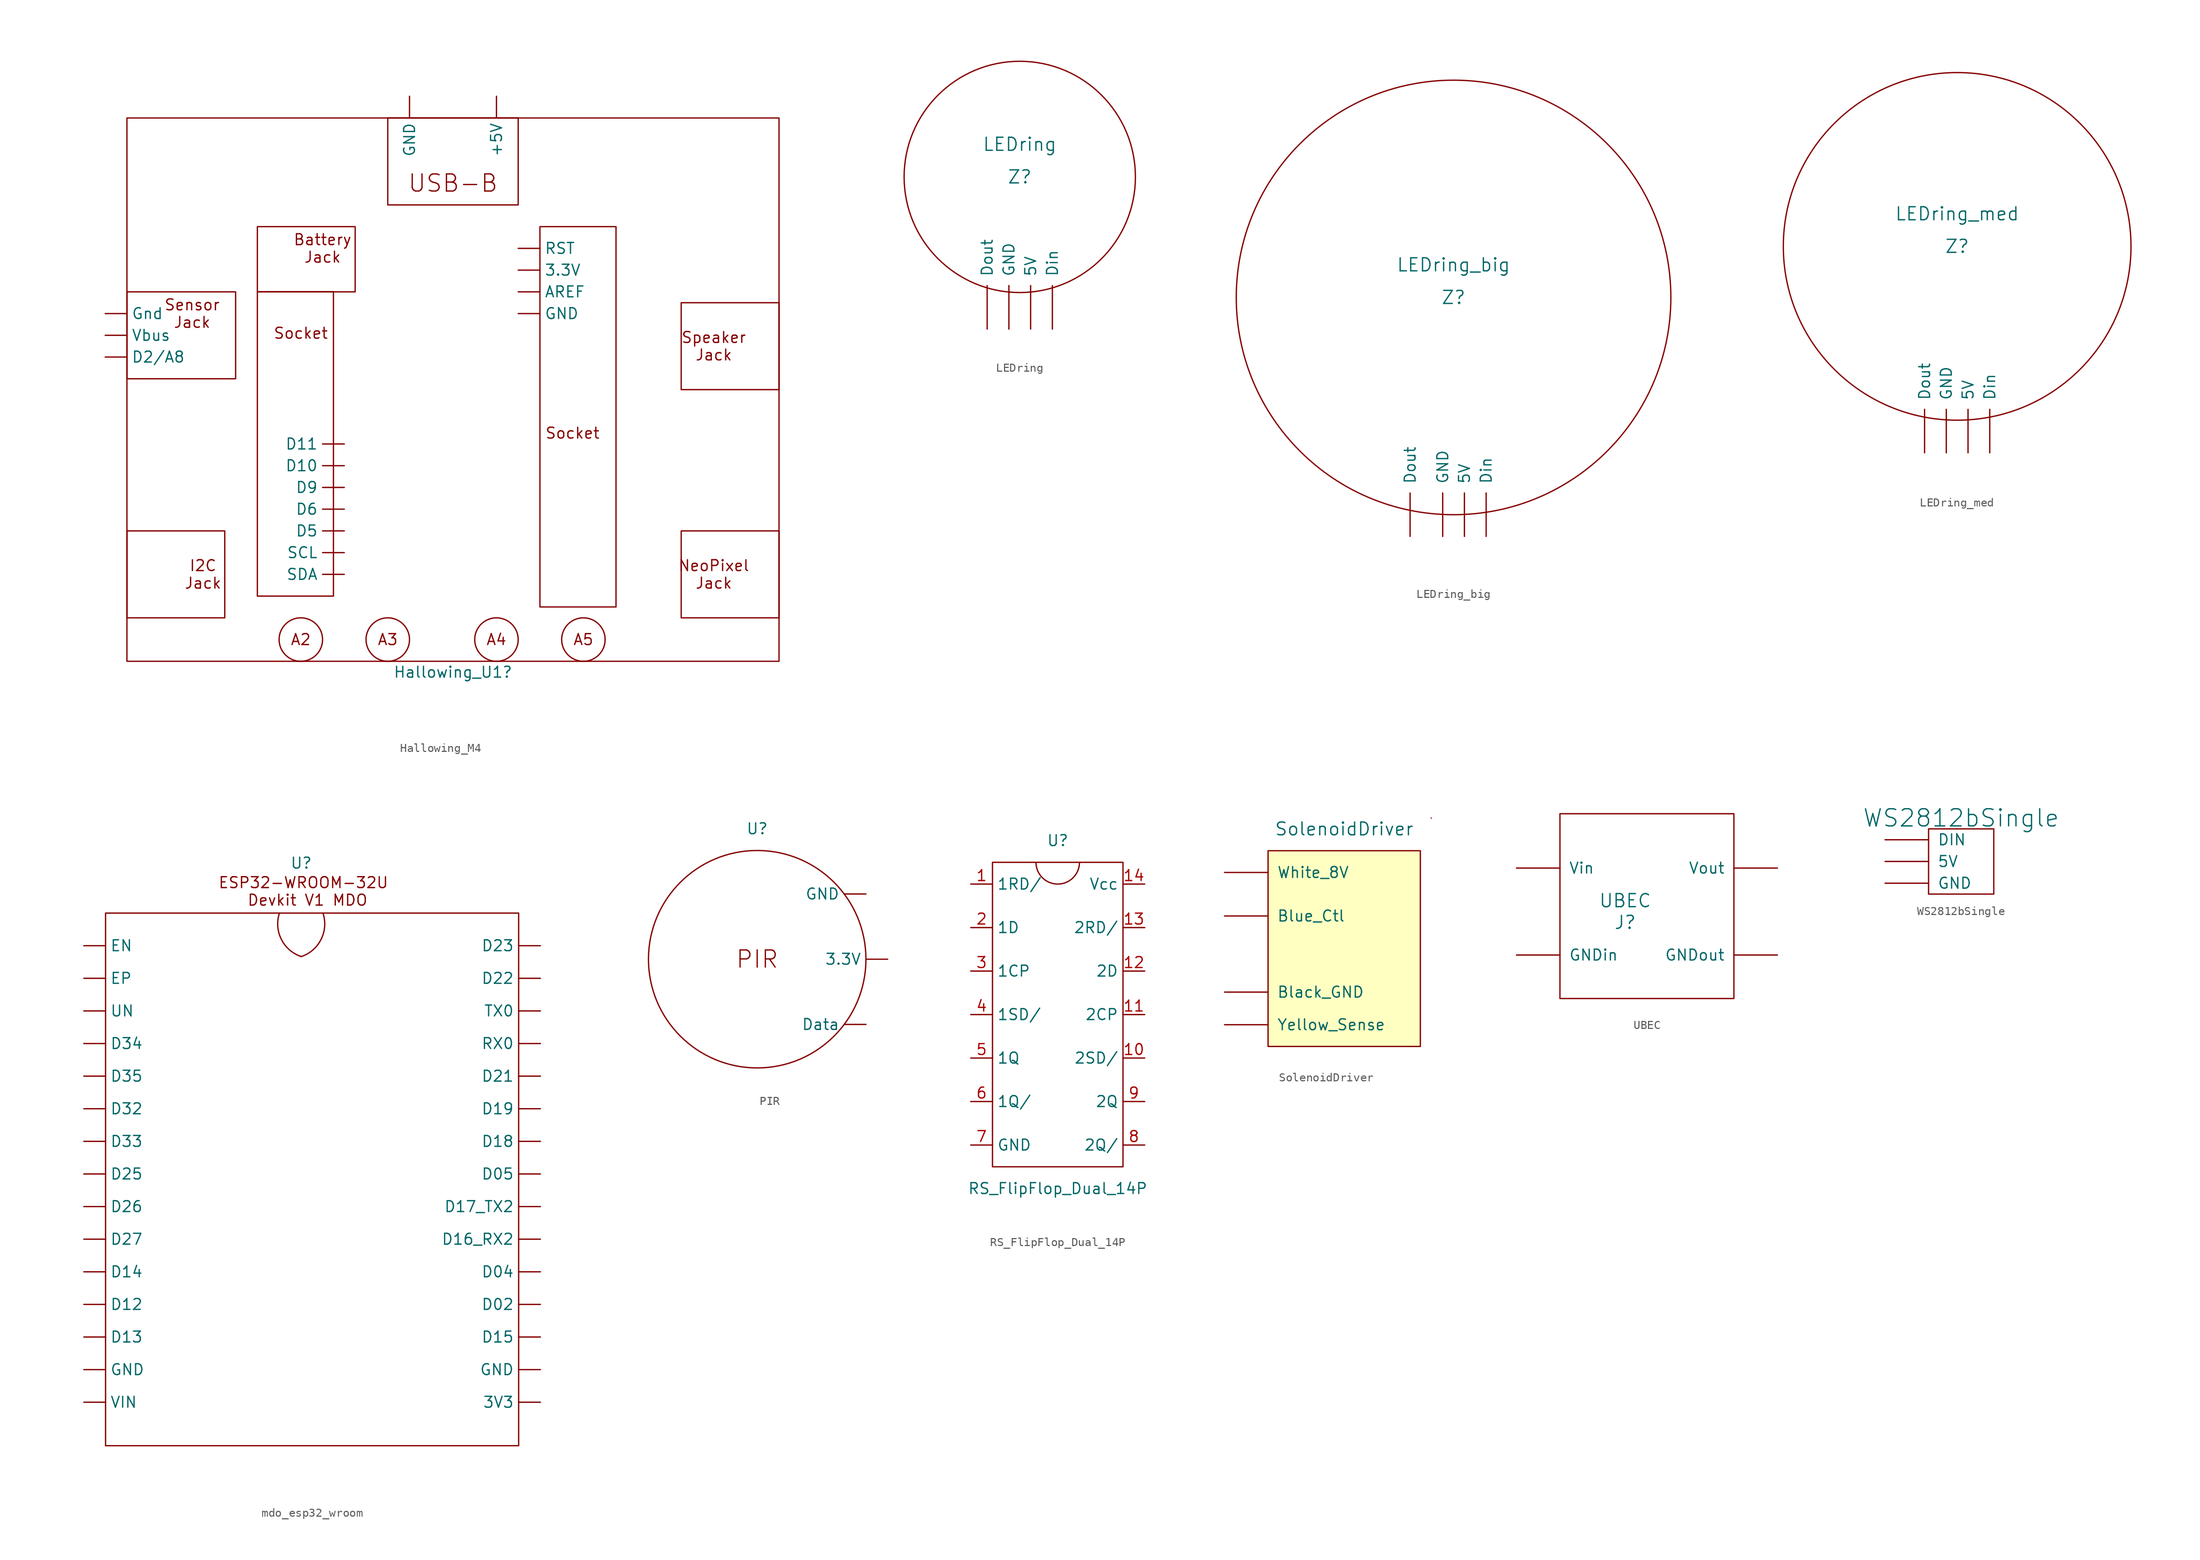
<source format=kicad_sym>
(kicad_symbol_lib
  (version 20241209)
  (generator "kicad_symbol_editor")
  (generator_version "9.0")
  (symbol "Hallowing_M4"
    (pin_numbers
      (hide yes))
    (property "Reference" "Hallowing_U1"
      (at 0 -64.77 0)
      (effects (font (size 1.27 1.27))))
    (property "Value" ""
      (at 0 0 0)
      (effects (font (size 1.27 1.27))))
    (symbol "Hallowing_M4_0_1"
      (rectangle (start -38.1 0) (end 38.1 -63.5) (stroke (width 0) (type default)) (fill (type none)))
      (rectangle (start -7.62 0) (end 7.62 -10.16) (stroke (width 0) (type default)) (fill (type none))))
    (symbol "Hallowing_M4_1_1"
      (rectangle (start -38.1 -20.32) (end -25.4 -30.48) (stroke (width 0) (type default)) (fill (type none)))
      (rectangle (start -38.1 -48.26) (end -26.67 -58.42) (stroke (width 0) (type default)) (fill (type none)))
      (rectangle (start -22.86 -12.7) (end -11.43 -20.32) (stroke (width 0) (type default)) (fill (type none)))
      (rectangle (start -22.86 -20.32) (end -13.97 -55.88) (stroke (width 0) (type default)) (fill (type none)))
      (circle (center -17.78 -60.96) (radius 2.54) (stroke (width 0) (type default)) (fill (type none)))
      (circle (center -7.62 -60.96) (radius 2.54) (stroke (width 0) (type default)) (fill (type none)))
      (circle (center 5.08 -60.96) (radius 2.54) (stroke (width 0) (type default)) (fill (type none)))
      (rectangle (start 10.16 -12.7) (end 19.05 -57.15) (stroke (width 0) (type default)) (fill (type none)))
      (circle (center 15.24 -60.96) (radius 2.54) (stroke (width 0) (type default)) (fill (type none)))
      (rectangle (start 26.67 -21.59) (end 38.1 -31.75) (stroke (width 0) (type default)) (fill (type none)))
      (rectangle (start 26.67 -48.26) (end 38.1 -58.42) (stroke (width 0) (type default)) (fill (type none)))
      (text "Sensor\nJack" (at -30.48 -22.86 0) (effects (font (size 1.27 1.27))))
      (text "I2C\nJack" (at -29.21 -53.34 0) (effects (font (size 1.27 1.27))))
      (text "\n\nSocket" (at -17.78 -20.32 0) (effects (font (size 1.27 1.27)) (justify top)))
      (text "A2" (at -17.78 -60.96 0) (effects (font (size 1.27 1.27))))
      (text "Battery\nJack" (at -15.24 -15.24 0) (effects (font (size 1.27 1.27))))
      (text "A3" (at -7.62 -60.96 0) (effects (font (size 1.27 1.27))))
      (text "USB-B" (at 0 -7.62 0) (effects (font (size 2 2))))
      (text "A4" (at 5.08 -60.96 0) (effects (font (size 1.27 1.27))))
      (text "Socket" (at 13.97 -36.83 0) (effects (font (size 1.27 1.27))))
      (text "A5" (at 15.24 -60.96 0) (effects (font (size 1.27 1.27))))
      (text "Speaker\nJack" (at 30.48 -26.67 0) (effects (font (size 1.27 1.27))))
      (text "NeoPixel\nJack" (at 30.48 -53.34 0) (effects (font (size 1.27 1.27))))
      (pin output line (at -40.64 -22.86 0) (length 2.54) (name "Gnd" (effects (font (size 1.27 1.27)))) (number "" (effects (font (size 1.27 1.27)))))
      (pin output line (at -40.64 -25.4 0) (length 2.54) (name "Vbus" (effects (font (size 1.27 1.27)))) (number "" (effects (font (size 1.27 1.27)))))
      (pin input line (at -40.64 -27.94 0) (length 2.54) (name "D2/A8" (effects (font (size 1.27 1.27)))) (number "" (effects (font (size 1.27 1.27)))))
      (pin output line (at -12.7 -38.1 180) (length 2.54) (name "D11" (effects (font (size 1.27 1.27)))) (number "" (effects (font (size 1.27 1.27)))))
      (pin input line (at -12.7 -40.64 180) (length 2.54) (name "D10" (effects (font (size 1.27 1.27)))) (number "" (effects (font (size 1.27 1.27)))))
      (pin output line (at -12.7 -43.18 180) (length 2.54) (name "D9" (effects (font (size 1.27 1.27)))) (number "" (effects (font (size 1.27 1.27)))))
      (pin input line (at -12.7 -45.72 180) (length 2.54) (name "D6" (effects (font (size 1.27 1.27)))) (number "" (effects (font (size 1.27 1.27)))))
      (pin output line (at -12.7 -48.26 180) (length 2.54) (name "D5" (effects (font (size 1.27 1.27)))) (number "" (effects (font (size 1.27 1.27)))))
      (pin output line (at -12.7 -50.8 180) (length 2.54) (name "SCL" (effects (font (size 1.27 1.27)))) (number "" (effects (font (size 1.27 1.27)))))
      (pin output line (at -12.7 -53.34 180) (length 2.54) (name "SDA" (effects (font (size 1.27 1.27)))) (number "" (effects (font (size 1.27 1.27)))))
      (pin power_in line (at -5.08 2.54 270) (length 2.54) (name "GND" (effects (font (size 1.27 1.27)))) (number "" (effects (font (size 1.27 1.27)))))
      (pin power_in line (at 5.08 2.54 270) (length 2.54) (name "+5V" (effects (font (size 1.27 1.27)))) (number "" (effects (font (size 1.27 1.27)))))
      (pin input line (at 7.62 -15.24 0) (length 2.54) (name "RST" (effects (font (size 1.27 1.27)))) (number "" (effects (font (size 1.27 1.27)))))
      (pin output line (at 7.62 -17.78 0) (length 2.54) (name "3.3V" (effects (font (size 1.27 1.27)))) (number "" (effects (font (size 1.27 1.27)))))
      (pin input line (at 7.62 -20.32 0) (length 2.54) (name "AREF" (effects (font (size 1.27 1.27)))) (number "" (effects (font (size 1.27 1.27)))))
      (pin output line (at 7.62 -22.86 0) (length 2.54) (name "GND" (effects (font (size 1.27 1.27)))) (number "" (effects (font (size 1.27 1.27)))))))
  (symbol "LEDring"
    (pin_names
      (offset 1.016))
    (property "Reference" "Z"
      (at 0 0 0)
      (effects (font (size 1.524 1.524))))
    (property "Value" "LEDring"
      (at 0 3.81 0)
      (effects (font (size 1.524 1.524))))
    (symbol "LEDring_0_1"
      (circle (center 0 0) (radius 13.513) (stroke (width 0) (type solid)) (fill (type none))))
    (symbol "LEDring_1_0"
      (pin input line (at -3.81 -17.78 90) (length 5.08) (name "Dout" (effects (font (size 1.27 1.27)))) (number "~" (effects (font (size 1.27 1.27)))))
      (pin input line (at -1.27 -17.78 90) (length 5.08) (name "GND" (effects (font (size 1.27 1.27)))) (number "~" (effects (font (size 1.27 1.27)))))
      (pin input line (at 1.27 -17.78 90) (length 5.08) (name "5V" (effects (font (size 1.27 1.27)))) (number "~" (effects (font (size 1.27 1.27)))))
      (pin input line (at 3.81 -17.78 90) (length 5.08) (name "Din" (effects (font (size 1.27 1.27)))) (number "~" (effects (font (size 1.27 1.27)))))))
  (symbol "LEDring_big"
    (pin_names
      (offset 1.016))
    (property "Reference" "Z"
      (at 0 0 0)
      (effects (font (size 1.524 1.524))))
    (property "Value" "LEDring_big"
      (at 0 3.81 0)
      (effects (font (size 1.524 1.524))))
    (symbol "LEDring_big_0_1"
      (circle (center 0 0) (radius 25.4) (stroke (width 0) (type solid)) (fill (type none))))
    (symbol "LEDring_big_1_0"
      (pin input line (at -5.08 -27.94 90) (length 5.08) (name "Dout" (effects (font (size 1.27 1.27)))) (number "~" (effects (font (size 1.27 1.27)))))
      (pin input line (at -1.27 -27.94 90) (length 5.08) (name "GND" (effects (font (size 1.27 1.27)))) (number "~" (effects (font (size 1.27 1.27)))))
      (pin input line (at 1.27 -27.94 90) (length 5.08) (name "5V" (effects (font (size 1.27 1.27)))) (number "~" (effects (font (size 1.27 1.27)))))
      (pin input line (at 3.81 -27.94 90) (length 5.08) (name "Din" (effects (font (size 1.27 1.27)))) (number "~" (effects (font (size 1.27 1.27)))))))
  (symbol "LEDring_med"
    (pin_names
      (offset 1.016))
    (property "Reference" "Z"
      (at 0 0 0)
      (effects (font (size 1.524 1.524))))
    (property "Value" "LEDring_med"
      (at 0 3.81 0)
      (effects (font (size 1.524 1.524))))
    (symbol "LEDring_med_0_1"
      (circle (center 0 0) (radius 20.32) (stroke (width 0) (type solid)) (fill (type none))))
    (symbol "LEDring_med_1_0"
      (pin input line (at -3.81 -24.13 90) (length 5.08) (name "Dout" (effects (font (size 1.27 1.27)))) (number "~" (effects (font (size 1.27 1.27)))))
      (pin input line (at -1.27 -24.13 90) (length 5.08) (name "GND" (effects (font (size 1.27 1.27)))) (number "~" (effects (font (size 1.27 1.27)))))
      (pin input line (at 1.27 -24.13 90) (length 5.08) (name "5V" (effects (font (size 1.27 1.27)))) (number "~" (effects (font (size 1.27 1.27)))))
      (pin input line (at 3.81 -24.13 90) (length 5.08) (name "Din" (effects (font (size 1.27 1.27)))) (number "~" (effects (font (size 1.27 1.27)))))))
  (symbol "mdo_esp32_wroom"
    (property "Reference" "U"
      (at 0 40.132 0)
      (effects (font (size 1.27 1.27))))
    (property "Value" ""
      (at 20.32 11.43 0)
      (effects (font (size 1.27 1.27))))
    (symbol "mdo_esp32_wroom_0_1"
      (rectangle (start -22.86 34.29) (end 25.4 -27.94) (stroke (width 0) (type default)) (fill (type none))))
    (symbol "mdo_esp32_wroom_1_1"
      (arc (start 2.54 34.29) (mid 2.3221 31.224) (end 0 29.21) (stroke (width 0) (type default)) (fill (type none)))
      (arc (start 0 29.21) (mid -2.322 31.224) (end -2.54 34.29) (stroke (width 0) (type default)) (fill (type none)))
      (text "ESP32-WROOM-32U\n Devkit V1 MDO" (at 0.254 36.83 0) (effects (font (size 1.27 1.27))))
      (pin input line (at -25.4 30.48 0) (length 2.54) (name "EN" (effects (font (size 1.27 1.27)))) (number "" (effects (font (size 1.27 1.27)))))
      (pin input line (at -25.4 26.67 0) (length 2.54) (name "EP" (effects (font (size 1.27 1.27)))) (number "" (effects (font (size 1.27 1.27)))))
      (pin input line (at -25.4 22.86 0) (length 2.54) (name "UN" (effects (font (size 1.27 1.27)))) (number "" (effects (font (size 1.27 1.27)))))
      (pin output line (at -25.4 19.05 0) (length 2.54) (name "D34" (effects (font (size 1.27 1.27)))) (number "" (effects (font (size 1.27 1.27)))))
      (pin output line (at -25.4 15.24 0) (length 2.54) (name "D35" (effects (font (size 1.27 1.27)))) (number "" (effects (font (size 1.27 1.27)))))
      (pin output line (at -25.4 11.43 0) (length 2.54) (name "D32" (effects (font (size 1.27 1.27)))) (number "" (effects (font (size 1.27 1.27)))))
      (pin output line (at -25.4 7.62 0) (length 2.54) (name "D33" (effects (font (size 1.27 1.27)))) (number "" (effects (font (size 1.27 1.27)))))
      (pin output line (at -25.4 3.81 0) (length 2.54) (name "D25" (effects (font (size 1.27 1.27)))) (number "" (effects (font (size 1.27 1.27)))))
      (pin output line (at -25.4 0 0) (length 2.54) (name "D26" (effects (font (size 1.27 1.27)))) (number "" (effects (font (size 1.27 1.27)))))
      (pin output line (at -25.4 -3.81 0) (length 2.54) (name "D27" (effects (font (size 1.27 1.27)))) (number "" (effects (font (size 1.27 1.27)))))
      (pin output line (at -25.4 -7.62 0) (length 2.54) (name "D14" (effects (font (size 1.27 1.27)))) (number "" (effects (font (size 1.27 1.27)))))
      (pin output line (at -25.4 -11.43 0) (length 2.54) (name "D12" (effects (font (size 1.27 1.27)))) (number "" (effects (font (size 1.27 1.27)))))
      (pin output line (at -25.4 -15.24 0) (length 2.54) (name "D13" (effects (font (size 1.27 1.27)))) (number "" (effects (font (size 1.27 1.27)))))
      (pin power_in line (at -25.4 -19.05 0) (length 2.54) (name "GND" (effects (font (size 1.27 1.27)))) (number "" (effects (font (size 1.27 1.27)))))
      (pin power_in line (at -25.4 -22.86 0) (length 2.54) (name "VIN" (effects (font (size 1.27 1.27)))) (number "" (effects (font (size 1.27 1.27)))))
      (pin input line (at 27.94 30.48 180) (length 2.54) (name "D23" (effects (font (size 1.27 1.27)))) (number "" (effects (font (size 1.27 1.27)))))
      (pin input line (at 27.94 26.67 180) (length 2.54) (name "D22" (effects (font (size 1.27 1.27)))) (number "" (effects (font (size 1.27 1.27)))))
      (pin output line (at 27.94 22.86 180) (length 2.54) (name "TX0" (effects (font (size 1.27 1.27)))) (number "" (effects (font (size 1.27 1.27)))))
      (pin output line (at 27.94 19.05 180) (length 2.54) (name "RX0" (effects (font (size 1.27 1.27)))) (number "" (effects (font (size 1.27 1.27)))))
      (pin output line (at 27.94 15.24 180) (length 2.54) (name "D21" (effects (font (size 1.27 1.27)))) (number "" (effects (font (size 1.27 1.27)))))
      (pin output line (at 27.94 11.43 180) (length 2.54) (name "D19" (effects (font (size 1.27 1.27)))) (number "" (effects (font (size 1.27 1.27)))))
      (pin output line (at 27.94 7.62 180) (length 2.54) (name "D18" (effects (font (size 1.27 1.27)))) (number "" (effects (font (size 1.27 1.27)))))
      (pin input line (at 27.94 3.81 180) (length 2.54) (name "D05" (effects (font (size 1.27 1.27)))) (number "" (effects (font (size 1.27 1.27)))))
      (pin output line (at 27.94 0 180) (length 2.54) (name "D17_TX2" (effects (font (size 1.27 1.27)))) (number "" (effects (font (size 1.27 1.27)))))
      (pin input line (at 27.94 -3.81 180) (length 2.54) (name "D16_RX2" (effects (font (size 1.27 1.27)))) (number "" (effects (font (size 1.27 1.27)))))
      (pin output line (at 27.94 -7.62 180) (length 2.54) (name "D04" (effects (font (size 1.27 1.27)))) (number "" (effects (font (size 1.27 1.27)))))
      (pin output line (at 27.94 -11.43 180) (length 2.54) (name "D02" (effects (font (size 1.27 1.27)))) (number "" (effects (font (size 1.27 1.27)))))
      (pin output line (at 27.94 -15.24 180) (length 2.54) (name "D15" (effects (font (size 1.27 1.27)))) (number "" (effects (font (size 1.27 1.27)))))
      (pin power_in line (at 27.94 -19.05 180) (length 2.54) (name "GND" (effects (font (size 1.27 1.27)))) (number "" (effects (font (size 1.27 1.27)))))
      (pin power_out line (at 27.94 -22.86 180) (length 2.54) (name "3V3" (effects (font (size 1.27 1.27)))) (number "" (effects (font (size 1.27 1.27)))))))
  (symbol "PIR"
    (pin_numbers
      (hide yes))
    (property "Reference" "U"
      (at 0 15.24 0)
      (effects (font (size 1.27 1.27))))
    (property "Value" ""
      (at 0 0 0)
      (effects (font (size 1.27 1.27))))
    (symbol "PIR_0_1"
      (circle (center 0 0) (radius 12.7) (stroke (width 0) (type default)) (fill (type none))))
    (symbol "PIR_1_1"
      (text "PIR" (at 0 0 0) (effects (font (size 2 2))))
      (pin power_in line (at 12.7 7.62 180) (length 2.54) (name "GND" (effects (font (size 1.27 1.27)))) (number "" (effects (font (size 1.27 1.27)))))
      (pin output line (at 12.7 -7.62 180) (length 2.54) (name "Data" (effects (font (size 1.27 1.27)))) (number "" (effects (font (size 1.27 1.27)))))
      (pin power_in line (at 15.24 0 180) (length 2.54) (name "3.3V" (effects (font (size 1.27 1.27)))) (number "" (effects (font (size 1.27 1.27)))))))
  (symbol "RS_FlipFlop_Dual_14P"
    (property "Reference" "U"
      (at 0 20.32 0)
      (effects (font (size 1.27 1.27))))
    (property "Value" "RS_FlipFlop_Dual_14P"
      (at 0 -20.32 0)
      (effects (font (size 1.27 1.27))))
    (symbol "RS_FlipFlop_Dual_14P_0_1"
      (rectangle (start -7.62 17.78) (end 7.62 -17.78) (stroke (width 0) (type default)) (fill (type none)))
      (arc (start 2.54 17.7575) (mid 0 15.2399) (end -2.54 17.7575) (stroke (width 0) (type default)) (fill (type none))))
    (symbol "RS_FlipFlop_Dual_14P_1_1"
      (pin input line (at -10.16 15.24 0) (length 2.54) (name "1RD/" (effects (font (size 1.27 1.27)))) (number "1" (effects (font (size 1.27 1.27)))))
      (pin input line (at -10.16 10.16 0) (length 2.54) (name "1D" (effects (font (size 1.27 1.27)))) (number "2" (effects (font (size 1.27 1.27)))))
      (pin input line (at -10.16 5.08 0) (length 2.54) (name "1CP" (effects (font (size 1.27 1.27)))) (number "3" (effects (font (size 1.27 1.27)))))
      (pin input line (at -10.16 0 0) (length 2.54) (name "1SD/" (effects (font (size 1.27 1.27)))) (number "4" (effects (font (size 1.27 1.27)))))
      (pin output line (at -10.16 -5.08 0) (length 2.54) (name "1Q" (effects (font (size 1.27 1.27)))) (number "5" (effects (font (size 1.27 1.27)))))
      (pin output line (at -10.16 -10.16 0) (length 2.54) (name "1Q/" (effects (font (size 1.27 1.27)))) (number "6" (effects (font (size 1.27 1.27)))))
      (pin power_in line (at -10.16 -15.24 0) (length 2.54) (name "GND" (effects (font (size 1.27 1.27)))) (number "7" (effects (font (size 1.27 1.27)))))
      (pin power_in line (at 10.16 15.24 180) (length 2.54) (name "Vcc" (effects (font (size 1.27 1.27)))) (number "14" (effects (font (size 1.27 1.27)))))
      (pin input line (at 10.16 10.16 180) (length 2.54) (name "2RD/" (effects (font (size 1.27 1.27)))) (number "13" (effects (font (size 1.27 1.27)))))
      (pin input line (at 10.16 5.08 180) (length 2.54) (name "2D" (effects (font (size 1.27 1.27)))) (number "12" (effects (font (size 1.27 1.27)))))
      (pin input line (at 10.16 0 180) (length 2.54) (name "2CP" (effects (font (size 1.27 1.27)))) (number "11" (effects (font (size 1.27 1.27)))))
      (pin input line (at 10.16 -5.08 180) (length 2.54) (name "2SD/" (effects (font (size 1.27 1.27)))) (number "10" (effects (font (size 1.27 1.27)))))
      (pin output line (at 10.16 -10.16 180) (length 2.54) (name "2Q" (effects (font (size 1.27 1.27)))) (number "9" (effects (font (size 1.27 1.27)))))
      (pin output line (at 10.16 -15.24 180) (length 2.54) (name "2Q/" (effects (font (size 1.27 1.27)))) (number "8" (effects (font (size 1.27 1.27)))))))
  (symbol "SolenoidDriver"
    (pin_names
      (offset 1.016))
    (property "Reference" "U"
      (at 0 0 0)
      (effects (font (size 1.499 1.499)) (hide yes)))
    (property "Value" "SolenoidDriver"
      (at 0 0 0)
      (effects (font (size 1.499 1.499))))
    (symbol "SolenoidDriver_0_1"
      (rectangle (start -8.89 -2.54) (end 8.89 -25.4) (stroke (width 0) (type solid)) (fill (type background)))
      (rectangle (start 10.16 1.27) (end 10.16 1.27) (stroke (width 0) (type solid)) (fill (type none)))
      (pin input line (at -13.97 -5.08 0) (length 5.08) (name "White_8V" (effects (font (size 1.27 1.27)))) (number "~" (effects (font (size 1.27 1.27)))))
      (pin input line (at -13.97 -10.16 0) (length 5.08) (name "Blue_Ctl" (effects (font (size 1.27 1.27)))) (number "~" (effects (font (size 1.27 1.27)))))
      (pin input line (at -13.97 -19.05 0) (length 5.08) (name "Black_GND" (effects (font (size 1.27 1.27)))) (number "~" (effects (font (size 1.27 1.27)))))
      (pin output line (at -13.97 -22.86 0) (length 5.08) (name "Yellow_Sense" (effects (font (size 1.27 1.27)))) (number "~" (effects (font (size 1.27 1.27)))))))
  (symbol "UBEC"
    (power)
    (pin_names
      (offset 1.016))
    (property "Reference" "J"
      (at 0 0 0)
      (effects (font (size 1.524 1.524))))
    (property "Value" "UBEC"
      (at 0 2.54 0)
      (effects (font (size 1.524 1.524))))
    (symbol "UBEC_0_1"
      (rectangle (start -7.62 12.7) (end 12.7 -8.89) (stroke (width 0) (type solid)) (fill (type none))))
    (symbol "UBEC_1_0"
      (pin input line (at -12.7 6.35 0) (length 5.08) (name "Vin" (effects (font (size 1.27 1.27)))) (number "~" (effects (font (size 1.27 1.27)))))
      (pin input line (at -12.7 -3.81 0) (length 5.08) (name "GNDin" (effects (font (size 1.27 1.27)))) (number "~" (effects (font (size 1.27 1.27)))))
      (pin input line (at 17.78 6.35 180) (length 5.08) (name "Vout" (effects (font (size 1.27 1.27)))) (number "~" (effects (font (size 1.27 1.27)))))
      (pin input line (at 17.78 -3.81 180) (length 5.08) (name "GNDout" (effects (font (size 1.27 1.27)))) (number "~" (effects (font (size 1.27 1.27)))))))
  (symbol "WS2812bSingle"
    (pin_numbers
      (hide yes))
    (pin_names
      (offset 1.016))
    (property "Reference" "U"
      (at 0 0 0)
      (effects (font (size 2.007 2.007)) (hide yes)))
    (property "Value" "WS2812bSingle"
      (at 0 3.81 0)
      (effects (font (size 2.007 2.007))))
    (symbol "WS2812bSingle_0_1"
      (rectangle (start -3.81 2.54) (end 3.81 -5.08) (stroke (width 0) (type solid)) (fill (type none))))
    (symbol "WS2812bSingle_1_1"
      (pin input line (at -8.89 1.27 0) (length 5.08) (name "DIN" (effects (font (size 1.27 1.27)))) (number "~" (effects (font (size 1.27 1.27)))))
      (pin input line (at -8.89 -1.27 0) (length 5.08) (name "5V" (effects (font (size 1.27 1.27)))) (number "~" (effects (font (size 1.27 1.27)))))
      (pin input line (at -8.89 -3.81 0) (length 5.08) (name "GND" (effects (font (size 1.27 1.27)))) (number "~" (effects (font (size 1.27 1.27))))))))
</source>
